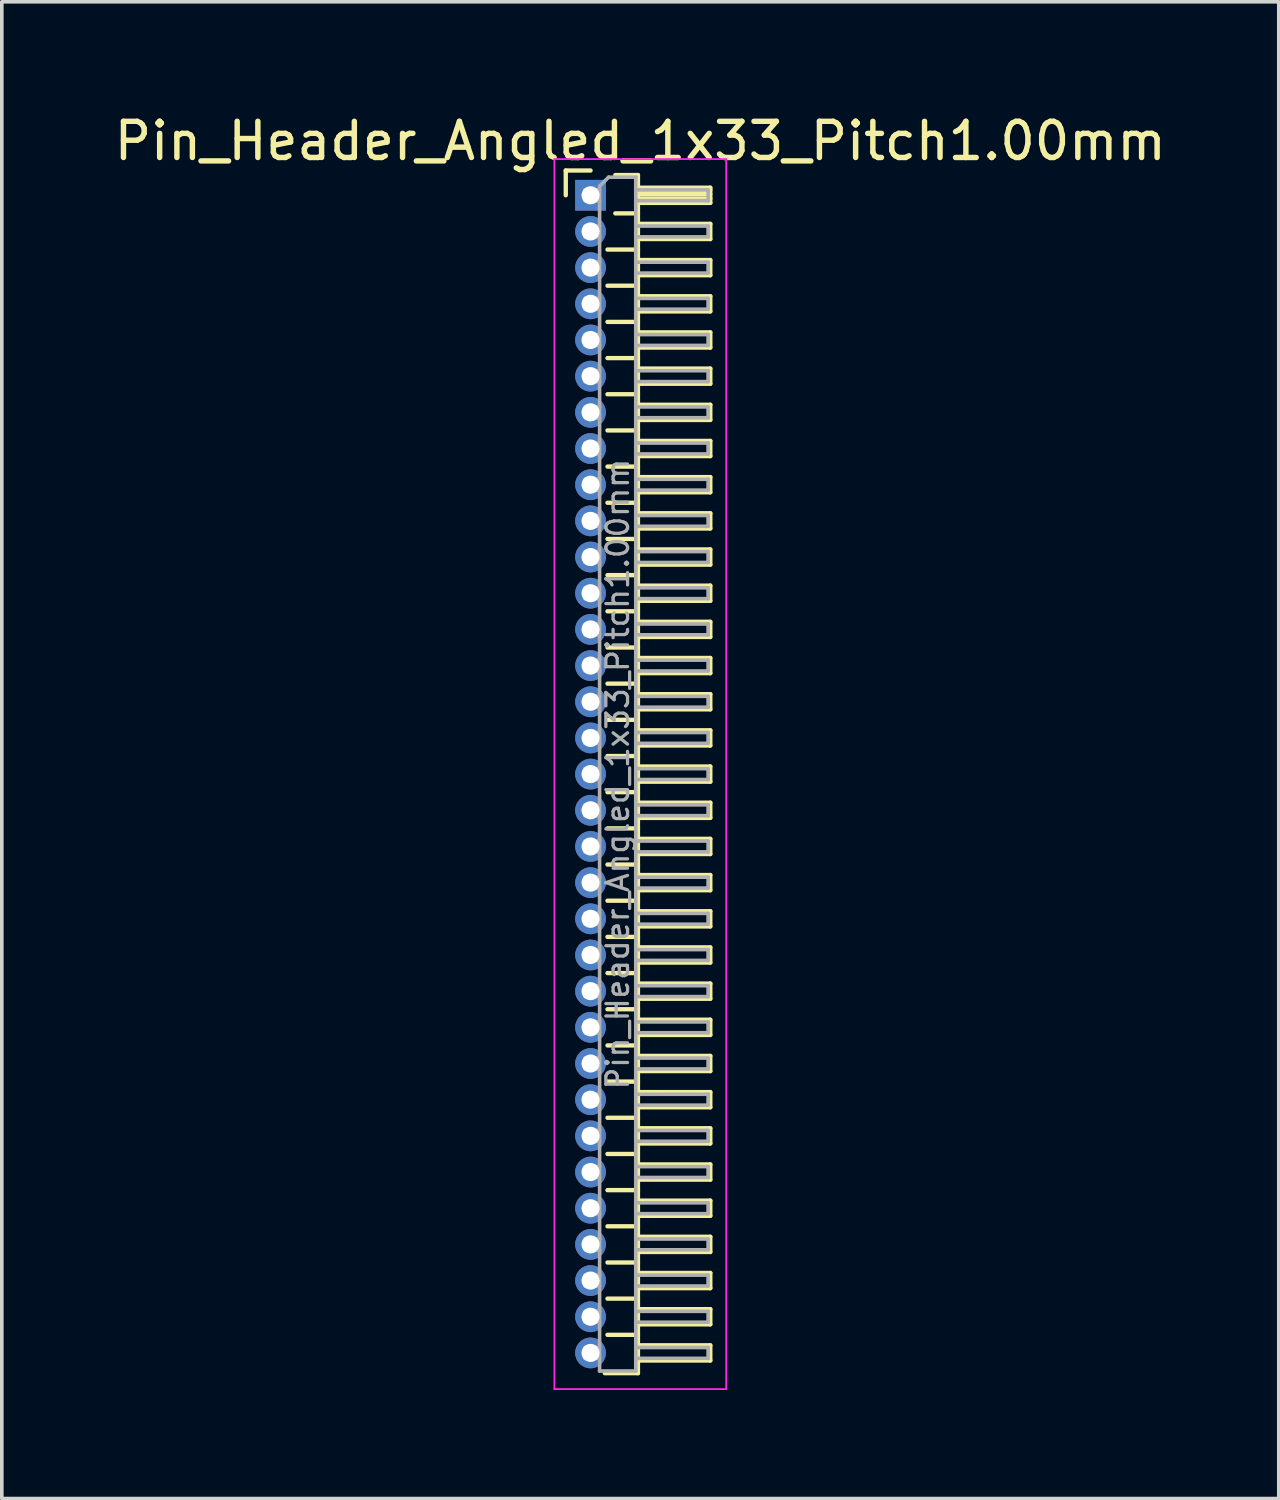
<source format=kicad_pcb>
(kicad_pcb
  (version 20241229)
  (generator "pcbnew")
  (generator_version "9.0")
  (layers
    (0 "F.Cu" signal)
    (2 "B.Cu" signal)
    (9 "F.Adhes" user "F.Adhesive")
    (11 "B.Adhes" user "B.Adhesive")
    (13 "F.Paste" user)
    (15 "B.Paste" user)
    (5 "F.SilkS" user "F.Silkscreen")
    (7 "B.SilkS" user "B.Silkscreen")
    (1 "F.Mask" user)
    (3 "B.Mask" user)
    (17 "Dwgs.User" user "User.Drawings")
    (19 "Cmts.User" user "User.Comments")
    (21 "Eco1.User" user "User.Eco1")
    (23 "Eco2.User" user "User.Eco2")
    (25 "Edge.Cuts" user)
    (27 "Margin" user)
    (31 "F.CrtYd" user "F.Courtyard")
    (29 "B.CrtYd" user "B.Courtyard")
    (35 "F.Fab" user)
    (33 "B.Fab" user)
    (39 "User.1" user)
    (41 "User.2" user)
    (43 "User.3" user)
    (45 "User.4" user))
  (footprint "Pin_Header_Angled_1x33_Pitch1.00mm"
    (layer "F.Cu")
    (at 13.274 2.348)
    (property "Reference" "Pin_Header_Angled_1x33_Pitch1.00mm" (at 1.375 -1.5 0) (layer "F.SilkS") (effects (font (size 1 1) (thickness 0.15))))
    (attr through_hole)
    (fp_line (start -0.685 -0.685) (end 0 -0.685) (stroke (width 0.12) (type solid)) (layer "F.SilkS"))
    (fp_line (start -0.685 0) (end -0.685 -0.685) (stroke (width 0.12) (type solid)) (layer "F.SilkS"))
    (fp_line (start 0.468 1.5) (end 1.31 1.5) (stroke (width 0.12) (type solid)) (layer "F.SilkS"))
    (fp_line (start 0.468 2.5) (end 1.31 2.5) (stroke (width 0.12) (type solid)) (layer "F.SilkS"))
    (fp_line (start 0.468 3.5) (end 1.31 3.5) (stroke (width 0.12) (type solid)) (layer "F.SilkS"))
    (fp_line (start 0.468 4.5) (end 1.31 4.5) (stroke (width 0.12) (type solid)) (layer "F.SilkS"))
    (fp_line (start 0.468 5.5) (end 1.31 5.5) (stroke (width 0.12) (type solid)) (layer "F.SilkS"))
    (fp_line (start 0.468 6.5) (end 1.31 6.5) (stroke (width 0.12) (type solid)) (layer "F.SilkS"))
    (fp_line (start 0.468 7.5) (end 1.31 7.5) (stroke (width 0.12) (type solid)) (layer "F.SilkS"))
    (fp_line (start 0.468 8.5) (end 1.31 8.5) (stroke (width 0.12) (type solid)) (layer "F.SilkS"))
    (fp_line (start 0.468 9.5) (end 1.31 9.5) (stroke (width 0.12) (type solid)) (layer "F.SilkS"))
    (fp_line (start 0.468 10.5) (end 1.31 10.5) (stroke (width 0.12) (type solid)) (layer "F.SilkS"))
    (fp_line (start 0.468 11.5) (end 1.31 11.5) (stroke (width 0.12) (type solid)) (layer "F.SilkS"))
    (fp_line (start 0.468 12.5) (end 1.31 12.5) (stroke (width 0.12) (type solid)) (layer "F.SilkS"))
    (fp_line (start 0.468 13.5) (end 1.31 13.5) (stroke (width 0.12) (type solid)) (layer "F.SilkS"))
    (fp_line (start 0.468 14.5) (end 1.31 14.5) (stroke (width 0.12) (type solid)) (layer "F.SilkS"))
    (fp_line (start 0.468 15.5) (end 1.31 15.5) (stroke (width 0.12) (type solid)) (layer "F.SilkS"))
    (fp_line (start 0.468 16.5) (end 1.31 16.5) (stroke (width 0.12) (type solid)) (layer "F.SilkS"))
    (fp_line (start 0.468 17.5) (end 1.31 17.5) (stroke (width 0.12) (type solid)) (layer "F.SilkS"))
    (fp_line (start 0.468 18.5) (end 1.31 18.5) (stroke (width 0.12) (type solid)) (layer "F.SilkS"))
    (fp_line (start 0.468 19.5) (end 1.31 19.5) (stroke (width 0.12) (type solid)) (layer "F.SilkS"))
    (fp_line (start 0.468 20.5) (end 1.31 20.5) (stroke (width 0.12) (type solid)) (layer "F.SilkS"))
    (fp_line (start 0.468 21.5) (end 1.31 21.5) (stroke (width 0.12) (type solid)) (layer "F.SilkS"))
    (fp_line (start 0.468 22.5) (end 1.31 22.5) (stroke (width 0.12) (type solid)) (layer "F.SilkS"))
    (fp_line (start 0.468 23.5) (end 1.31 23.5) (stroke (width 0.12) (type solid)) (layer "F.SilkS"))
    (fp_line (start 0.468 24.5) (end 1.31 24.5) (stroke (width 0.12) (type solid)) (layer "F.SilkS"))
    (fp_line (start 0.468 25.5) (end 1.31 25.5) (stroke (width 0.12) (type solid)) (layer "F.SilkS"))
    (fp_line (start 0.468 26.5) (end 1.31 26.5) (stroke (width 0.12) (type solid)) (layer "F.SilkS"))
    (fp_line (start 0.468 27.5) (end 1.31 27.5) (stroke (width 0.12) (type solid)) (layer "F.SilkS"))
    (fp_line (start 0.468 28.5) (end 1.31 28.5) (stroke (width 0.12) (type solid)) (layer "F.SilkS"))
    (fp_line (start 0.468 29.5) (end 1.31 29.5) (stroke (width 0.12) (type solid)) (layer "F.SilkS"))
    (fp_line (start 0.468 30.5) (end 1.31 30.5) (stroke (width 0.12) (type solid)) (layer "F.SilkS"))
    (fp_line (start 0.468 31.5) (end 1.31 31.5) (stroke (width 0.12) (type solid)) (layer "F.SilkS"))
    (fp_line (start 0.685 -0.56) (end 1.31 -0.56) (stroke (width 0.12) (type solid)) (layer "F.SilkS"))
    (fp_line (start 0.685 0.5) (end 1.31 0.5) (stroke (width 0.12) (type solid)) (layer "F.SilkS"))
    (fp_line (start 1.31 -0.56) (end 1.31 32.56) (stroke (width 0.12) (type solid)) (layer "F.SilkS"))
    (fp_line (start 1.31 -0.21) (end 3.31 -0.21) (stroke (width 0.12) (type solid)) (layer "F.SilkS"))
    (fp_line (start 1.31 -0.15) (end 3.31 -0.15) (stroke (width 0.12) (type solid)) (layer "F.SilkS"))
    (fp_line (start 1.31 -0.03) (end 3.31 -0.03) (stroke (width 0.12) (type solid)) (layer "F.SilkS"))
    (fp_line (start 1.31 0.09) (end 3.31 0.09) (stroke (width 0.12) (type solid)) (layer "F.SilkS"))
    (fp_line (start 1.31 0.79) (end 3.31 0.79) (stroke (width 0.12) (type solid)) (layer "F.SilkS"))
    (fp_line (start 1.31 1.79) (end 3.31 1.79) (stroke (width 0.12) (type solid)) (layer "F.SilkS"))
    (fp_line (start 1.31 2.79) (end 3.31 2.79) (stroke (width 0.12) (type solid)) (layer "F.SilkS"))
    (fp_line (start 1.31 3.79) (end 3.31 3.79) (stroke (width 0.12) (type solid)) (layer "F.SilkS"))
    (fp_line (start 1.31 4.79) (end 3.31 4.79) (stroke (width 0.12) (type solid)) (layer "F.SilkS"))
    (fp_line (start 1.31 5.79) (end 3.31 5.79) (stroke (width 0.12) (type solid)) (layer "F.SilkS"))
    (fp_line (start 1.31 6.79) (end 3.31 6.79) (stroke (width 0.12) (type solid)) (layer "F.SilkS"))
    (fp_line (start 1.31 7.79) (end 3.31 7.79) (stroke (width 0.12) (type solid)) (layer "F.SilkS"))
    (fp_line (start 1.31 8.79) (end 3.31 8.79) (stroke (width 0.12) (type solid)) (layer "F.SilkS"))
    (fp_line (start 1.31 9.79) (end 3.31 9.79) (stroke (width 0.12) (type solid)) (layer "F.SilkS"))
    (fp_line (start 1.31 10.79) (end 3.31 10.79) (stroke (width 0.12) (type solid)) (layer "F.SilkS"))
    (fp_line (start 1.31 11.79) (end 3.31 11.79) (stroke (width 0.12) (type solid)) (layer "F.SilkS"))
    (fp_line (start 1.31 12.79) (end 3.31 12.79) (stroke (width 0.12) (type solid)) (layer "F.SilkS"))
    (fp_line (start 1.31 13.79) (end 3.31 13.79) (stroke (width 0.12) (type solid)) (layer "F.SilkS"))
    (fp_line (start 1.31 14.79) (end 3.31 14.79) (stroke (width 0.12) (type solid)) (layer "F.SilkS"))
    (fp_line (start 1.31 15.79) (end 3.31 15.79) (stroke (width 0.12) (type solid)) (layer "F.SilkS"))
    (fp_line (start 1.31 16.79) (end 3.31 16.79) (stroke (width 0.12) (type solid)) (layer "F.SilkS"))
    (fp_line (start 1.31 17.79) (end 3.31 17.79) (stroke (width 0.12) (type solid)) (layer "F.SilkS"))
    (fp_line (start 1.31 18.79) (end 3.31 18.79) (stroke (width 0.12) (type solid)) (layer "F.SilkS"))
    (fp_line (start 1.31 19.79) (end 3.31 19.79) (stroke (width 0.12) (type solid)) (layer "F.SilkS"))
    (fp_line (start 1.31 20.79) (end 3.31 20.79) (stroke (width 0.12) (type solid)) (layer "F.SilkS"))
    (fp_line (start 1.31 21.79) (end 3.31 21.79) (stroke (width 0.12) (type solid)) (layer "F.SilkS"))
    (fp_line (start 1.31 22.79) (end 3.31 22.79) (stroke (width 0.12) (type solid)) (layer "F.SilkS"))
    (fp_line (start 1.31 23.79) (end 3.31 23.79) (stroke (width 0.12) (type solid)) (layer "F.SilkS"))
    (fp_line (start 1.31 24.79) (end 3.31 24.79) (stroke (width 0.12) (type solid)) (layer "F.SilkS"))
    (fp_line (start 1.31 25.79) (end 3.31 25.79) (stroke (width 0.12) (type solid)) (layer "F.SilkS"))
    (fp_line (start 1.31 26.79) (end 3.31 26.79) (stroke (width 0.12) (type solid)) (layer "F.SilkS"))
    (fp_line (start 1.31 27.79) (end 3.31 27.79) (stroke (width 0.12) (type solid)) (layer "F.SilkS"))
    (fp_line (start 1.31 28.79) (end 3.31 28.79) (stroke (width 0.12) (type solid)) (layer "F.SilkS"))
    (fp_line (start 1.31 29.79) (end 3.31 29.79) (stroke (width 0.12) (type solid)) (layer "F.SilkS"))
    (fp_line (start 1.31 30.79) (end 3.31 30.79) (stroke (width 0.12) (type solid)) (layer "F.SilkS"))
    (fp_line (start 1.31 31.79) (end 3.31 31.79) (stroke (width 0.12) (type solid)) (layer "F.SilkS"))
    (fp_line (start 1.31 32.56) (end 0.394 32.56) (stroke (width 0.12) (type solid)) (layer "F.SilkS"))
    (fp_line (start 3.31 -0.21) (end 3.31 0.21) (stroke (width 0.12) (type solid)) (layer "F.SilkS"))
    (fp_line (start 3.31 0.21) (end 1.31 0.21) (stroke (width 0.12) (type solid)) (layer "F.SilkS"))
    (fp_line (start 3.31 0.79) (end 3.31 1.21) (stroke (width 0.12) (type solid)) (layer "F.SilkS"))
    (fp_line (start 3.31 1.21) (end 1.31 1.21) (stroke (width 0.12) (type solid)) (layer "F.SilkS"))
    (fp_line (start 3.31 1.79) (end 3.31 2.21) (stroke (width 0.12) (type solid)) (layer "F.SilkS"))
    (fp_line (start 3.31 2.21) (end 1.31 2.21) (stroke (width 0.12) (type solid)) (layer "F.SilkS"))
    (fp_line (start 3.31 2.79) (end 3.31 3.21) (stroke (width 0.12) (type solid)) (layer "F.SilkS"))
    (fp_line (start 3.31 3.21) (end 1.31 3.21) (stroke (width 0.12) (type solid)) (layer "F.SilkS"))
    (fp_line (start 3.31 3.79) (end 3.31 4.21) (stroke (width 0.12) (type solid)) (layer "F.SilkS"))
    (fp_line (start 3.31 4.21) (end 1.31 4.21) (stroke (width 0.12) (type solid)) (layer "F.SilkS"))
    (fp_line (start 3.31 4.79) (end 3.31 5.21) (stroke (width 0.12) (type solid)) (layer "F.SilkS"))
    (fp_line (start 3.31 5.21) (end 1.31 5.21) (stroke (width 0.12) (type solid)) (layer "F.SilkS"))
    (fp_line (start 3.31 5.79) (end 3.31 6.21) (stroke (width 0.12) (type solid)) (layer "F.SilkS"))
    (fp_line (start 3.31 6.21) (end 1.31 6.21) (stroke (width 0.12) (type solid)) (layer "F.SilkS"))
    (fp_line (start 3.31 6.79) (end 3.31 7.21) (stroke (width 0.12) (type solid)) (layer "F.SilkS"))
    (fp_line (start 3.31 7.21) (end 1.31 7.21) (stroke (width 0.12) (type solid)) (layer "F.SilkS"))
    (fp_line (start 3.31 7.79) (end 3.31 8.21) (stroke (width 0.12) (type solid)) (layer "F.SilkS"))
    (fp_line (start 3.31 8.21) (end 1.31 8.21) (stroke (width 0.12) (type solid)) (layer "F.SilkS"))
    (fp_line (start 3.31 8.79) (end 3.31 9.21) (stroke (width 0.12) (type solid)) (layer "F.SilkS"))
    (fp_line (start 3.31 9.21) (end 1.31 9.21) (stroke (width 0.12) (type solid)) (layer "F.SilkS"))
    (fp_line (start 3.31 9.79) (end 3.31 10.21) (stroke (width 0.12) (type solid)) (layer "F.SilkS"))
    (fp_line (start 3.31 10.21) (end 1.31 10.21) (stroke (width 0.12) (type solid)) (layer "F.SilkS"))
    (fp_line (start 3.31 10.79) (end 3.31 11.21) (stroke (width 0.12) (type solid)) (layer "F.SilkS"))
    (fp_line (start 3.31 11.21) (end 1.31 11.21) (stroke (width 0.12) (type solid)) (layer "F.SilkS"))
    (fp_line (start 3.31 11.79) (end 3.31 12.21) (stroke (width 0.12) (type solid)) (layer "F.SilkS"))
    (fp_line (start 3.31 12.21) (end 1.31 12.21) (stroke (width 0.12) (type solid)) (layer "F.SilkS"))
    (fp_line (start 3.31 12.79) (end 3.31 13.21) (stroke (width 0.12) (type solid)) (layer "F.SilkS"))
    (fp_line (start 3.31 13.21) (end 1.31 13.21) (stroke (width 0.12) (type solid)) (layer "F.SilkS"))
    (fp_line (start 3.31 13.79) (end 3.31 14.21) (stroke (width 0.12) (type solid)) (layer "F.SilkS"))
    (fp_line (start 3.31 14.21) (end 1.31 14.21) (stroke (width 0.12) (type solid)) (layer "F.SilkS"))
    (fp_line (start 3.31 14.79) (end 3.31 15.21) (stroke (width 0.12) (type solid)) (layer "F.SilkS"))
    (fp_line (start 3.31 15.21) (end 1.31 15.21) (stroke (width 0.12) (type solid)) (layer "F.SilkS"))
    (fp_line (start 3.31 15.79) (end 3.31 16.21) (stroke (width 0.12) (type solid)) (layer "F.SilkS"))
    (fp_line (start 3.31 16.21) (end 1.31 16.21) (stroke (width 0.12) (type solid)) (layer "F.SilkS"))
    (fp_line (start 3.31 16.79) (end 3.31 17.21) (stroke (width 0.12) (type solid)) (layer "F.SilkS"))
    (fp_line (start 3.31 17.21) (end 1.31 17.21) (stroke (width 0.12) (type solid)) (layer "F.SilkS"))
    (fp_line (start 3.31 17.79) (end 3.31 18.21) (stroke (width 0.12) (type solid)) (layer "F.SilkS"))
    (fp_line (start 3.31 18.21) (end 1.31 18.21) (stroke (width 0.12) (type solid)) (layer "F.SilkS"))
    (fp_line (start 3.31 18.79) (end 3.31 19.21) (stroke (width 0.12) (type solid)) (layer "F.SilkS"))
    (fp_line (start 3.31 19.21) (end 1.31 19.21) (stroke (width 0.12) (type solid)) (layer "F.SilkS"))
    (fp_line (start 3.31 19.79) (end 3.31 20.21) (stroke (width 0.12) (type solid)) (layer "F.SilkS"))
    (fp_line (start 3.31 20.21) (end 1.31 20.21) (stroke (width 0.12) (type solid)) (layer "F.SilkS"))
    (fp_line (start 3.31 20.79) (end 3.31 21.21) (stroke (width 0.12) (type solid)) (layer "F.SilkS"))
    (fp_line (start 3.31 21.21) (end 1.31 21.21) (stroke (width 0.12) (type solid)) (layer "F.SilkS"))
    (fp_line (start 3.31 21.79) (end 3.31 22.21) (stroke (width 0.12) (type solid)) (layer "F.SilkS"))
    (fp_line (start 3.31 22.21) (end 1.31 22.21) (stroke (width 0.12) (type solid)) (layer "F.SilkS"))
    (fp_line (start 3.31 22.79) (end 3.31 23.21) (stroke (width 0.12) (type solid)) (layer "F.SilkS"))
    (fp_line (start 3.31 23.21) (end 1.31 23.21) (stroke (width 0.12) (type solid)) (layer "F.SilkS"))
    (fp_line (start 3.31 23.79) (end 3.31 24.21) (stroke (width 0.12) (type solid)) (layer "F.SilkS"))
    (fp_line (start 3.31 24.21) (end 1.31 24.21) (stroke (width 0.12) (type solid)) (layer "F.SilkS"))
    (fp_line (start 3.31 24.79) (end 3.31 25.21) (stroke (width 0.12) (type solid)) (layer "F.SilkS"))
    (fp_line (start 3.31 25.21) (end 1.31 25.21) (stroke (width 0.12) (type solid)) (layer "F.SilkS"))
    (fp_line (start 3.31 25.79) (end 3.31 26.21) (stroke (width 0.12) (type solid)) (layer "F.SilkS"))
    (fp_line (start 3.31 26.21) (end 1.31 26.21) (stroke (width 0.12) (type solid)) (layer "F.SilkS"))
    (fp_line (start 3.31 26.79) (end 3.31 27.21) (stroke (width 0.12) (type solid)) (layer "F.SilkS"))
    (fp_line (start 3.31 27.21) (end 1.31 27.21) (stroke (width 0.12) (type solid)) (layer "F.SilkS"))
    (fp_line (start 3.31 27.79) (end 3.31 28.21) (stroke (width 0.12) (type solid)) (layer "F.SilkS"))
    (fp_line (start 3.31 28.21) (end 1.31 28.21) (stroke (width 0.12) (type solid)) (layer "F.SilkS"))
    (fp_line (start 3.31 28.79) (end 3.31 29.21) (stroke (width 0.12) (type solid)) (layer "F.SilkS"))
    (fp_line (start 3.31 29.21) (end 1.31 29.21) (stroke (width 0.12) (type solid)) (layer "F.SilkS"))
    (fp_line (start 3.31 29.79) (end 3.31 30.21) (stroke (width 0.12) (type solid)) (layer "F.SilkS"))
    (fp_line (start 3.31 30.21) (end 1.31 30.21) (stroke (width 0.12) (type solid)) (layer "F.SilkS"))
    (fp_line (start 3.31 30.79) (end 3.31 31.21) (stroke (width 0.12) (type solid)) (layer "F.SilkS"))
    (fp_line (start 3.31 31.21) (end 1.31 31.21) (stroke (width 0.12) (type solid)) (layer "F.SilkS"))
    (fp_line (start 3.31 31.79) (end 3.31 32.21) (stroke (width 0.12) (type solid)) (layer "F.SilkS"))
    (fp_line (start 3.31 32.21) (end 1.31 32.21) (stroke (width 0.12) (type solid)) (layer "F.SilkS"))
    (fp_line (start -1 -1) (end -1 33) (stroke (width 0.05) (type solid)) (layer "F.CrtYd"))
    (fp_line (start -1 33) (end 3.75 33) (stroke (width 0.05) (type solid)) (layer "F.CrtYd"))
    (fp_line (start 3.75 -1) (end -1 -1) (stroke (width 0.05) (type solid)) (layer "F.CrtYd"))
    (fp_line (start 3.75 33) (end 3.75 -1) (stroke (width 0.05) (type solid)) (layer "F.CrtYd"))
    (fp_line (start -0.15 -0.15) (end -0.15 0.15) (stroke (width 0.1) (type solid)) (layer "F.Fab"))
    (fp_line (start -0.15 -0.15) (end 0.25 -0.15) (stroke (width 0.1) (type solid)) (layer "F.Fab"))
    (fp_line (start -0.15 0.15) (end 0.25 0.15) (stroke (width 0.1) (type solid)) (layer "F.Fab"))
    (fp_line (start -0.15 0.85) (end -0.15 1.15) (stroke (width 0.1) (type solid)) (layer "F.Fab"))
    (fp_line (start -0.15 0.85) (end 0.25 0.85) (stroke (width 0.1) (type solid)) (layer "F.Fab"))
    (fp_line (start -0.15 1.15) (end 0.25 1.15) (stroke (width 0.1) (type solid)) (layer "F.Fab"))
    (fp_line (start -0.15 1.85) (end -0.15 2.15) (stroke (width 0.1) (type solid)) (layer "F.Fab"))
    (fp_line (start -0.15 1.85) (end 0.25 1.85) (stroke (width 0.1) (type solid)) (layer "F.Fab"))
    (fp_line (start -0.15 2.15) (end 0.25 2.15) (stroke (width 0.1) (type solid)) (layer "F.Fab"))
    (fp_line (start -0.15 2.85) (end -0.15 3.15) (stroke (width 0.1) (type solid)) (layer "F.Fab"))
    (fp_line (start -0.15 2.85) (end 0.25 2.85) (stroke (width 0.1) (type solid)) (layer "F.Fab"))
    (fp_line (start -0.15 3.15) (end 0.25 3.15) (stroke (width 0.1) (type solid)) (layer "F.Fab"))
    (fp_line (start -0.15 3.85) (end -0.15 4.15) (stroke (width 0.1) (type solid)) (layer "F.Fab"))
    (fp_line (start -0.15 3.85) (end 0.25 3.85) (stroke (width 0.1) (type solid)) (layer "F.Fab"))
    (fp_line (start -0.15 4.15) (end 0.25 4.15) (stroke (width 0.1) (type solid)) (layer "F.Fab"))
    (fp_line (start -0.15 4.85) (end -0.15 5.15) (stroke (width 0.1) (type solid)) (layer "F.Fab"))
    (fp_line (start -0.15 4.85) (end 0.25 4.85) (stroke (width 0.1) (type solid)) (layer "F.Fab"))
    (fp_line (start -0.15 5.15) (end 0.25 5.15) (stroke (width 0.1) (type solid)) (layer "F.Fab"))
    (fp_line (start -0.15 5.85) (end -0.15 6.15) (stroke (width 0.1) (type solid)) (layer "F.Fab"))
    (fp_line (start -0.15 5.85) (end 0.25 5.85) (stroke (width 0.1) (type solid)) (layer "F.Fab"))
    (fp_line (start -0.15 6.15) (end 0.25 6.15) (stroke (width 0.1) (type solid)) (layer "F.Fab"))
    (fp_line (start -0.15 6.85) (end -0.15 7.15) (stroke (width 0.1) (type solid)) (layer "F.Fab"))
    (fp_line (start -0.15 6.85) (end 0.25 6.85) (stroke (width 0.1) (type solid)) (layer "F.Fab"))
    (fp_line (start -0.15 7.15) (end 0.25 7.15) (stroke (width 0.1) (type solid)) (layer "F.Fab"))
    (fp_line (start -0.15 7.85) (end -0.15 8.15) (stroke (width 0.1) (type solid)) (layer "F.Fab"))
    (fp_line (start -0.15 7.85) (end 0.25 7.85) (stroke (width 0.1) (type solid)) (layer "F.Fab"))
    (fp_line (start -0.15 8.15) (end 0.25 8.15) (stroke (width 0.1) (type solid)) (layer "F.Fab"))
    (fp_line (start -0.15 8.85) (end -0.15 9.15) (stroke (width 0.1) (type solid)) (layer "F.Fab"))
    (fp_line (start -0.15 8.85) (end 0.25 8.85) (stroke (width 0.1) (type solid)) (layer "F.Fab"))
    (fp_line (start -0.15 9.15) (end 0.25 9.15) (stroke (width 0.1) (type solid)) (layer "F.Fab"))
    (fp_line (start -0.15 9.85) (end -0.15 10.15) (stroke (width 0.1) (type solid)) (layer "F.Fab"))
    (fp_line (start -0.15 9.85) (end 0.25 9.85) (stroke (width 0.1) (type solid)) (layer "F.Fab"))
    (fp_line (start -0.15 10.15) (end 0.25 10.15) (stroke (width 0.1) (type solid)) (layer "F.Fab"))
    (fp_line (start -0.15 10.85) (end -0.15 11.15) (stroke (width 0.1) (type solid)) (layer "F.Fab"))
    (fp_line (start -0.15 10.85) (end 0.25 10.85) (stroke (width 0.1) (type solid)) (layer "F.Fab"))
    (fp_line (start -0.15 11.15) (end 0.25 11.15) (stroke (width 0.1) (type solid)) (layer "F.Fab"))
    (fp_line (start -0.15 11.85) (end -0.15 12.15) (stroke (width 0.1) (type solid)) (layer "F.Fab"))
    (fp_line (start -0.15 11.85) (end 0.25 11.85) (stroke (width 0.1) (type solid)) (layer "F.Fab"))
    (fp_line (start -0.15 12.15) (end 0.25 12.15) (stroke (width 0.1) (type solid)) (layer "F.Fab"))
    (fp_line (start -0.15 12.85) (end -0.15 13.15) (stroke (width 0.1) (type solid)) (layer "F.Fab"))
    (fp_line (start -0.15 12.85) (end 0.25 12.85) (stroke (width 0.1) (type solid)) (layer "F.Fab"))
    (fp_line (start -0.15 13.15) (end 0.25 13.15) (stroke (width 0.1) (type solid)) (layer "F.Fab"))
    (fp_line (start -0.15 13.85) (end -0.15 14.15) (stroke (width 0.1) (type solid)) (layer "F.Fab"))
    (fp_line (start -0.15 13.85) (end 0.25 13.85) (stroke (width 0.1) (type solid)) (layer "F.Fab"))
    (fp_line (start -0.15 14.15) (end 0.25 14.15) (stroke (width 0.1) (type solid)) (layer "F.Fab"))
    (fp_line (start -0.15 14.85) (end -0.15 15.15) (stroke (width 0.1) (type solid)) (layer "F.Fab"))
    (fp_line (start -0.15 14.85) (end 0.25 14.85) (stroke (width 0.1) (type solid)) (layer "F.Fab"))
    (fp_line (start -0.15 15.15) (end 0.25 15.15) (stroke (width 0.1) (type solid)) (layer "F.Fab"))
    (fp_line (start -0.15 15.85) (end -0.15 16.15) (stroke (width 0.1) (type solid)) (layer "F.Fab"))
    (fp_line (start -0.15 15.85) (end 0.25 15.85) (stroke (width 0.1) (type solid)) (layer "F.Fab"))
    (fp_line (start -0.15 16.15) (end 0.25 16.15) (stroke (width 0.1) (type solid)) (layer "F.Fab"))
    (fp_line (start -0.15 16.85) (end -0.15 17.15) (stroke (width 0.1) (type solid)) (layer "F.Fab"))
    (fp_line (start -0.15 16.85) (end 0.25 16.85) (stroke (width 0.1) (type solid)) (layer "F.Fab"))
    (fp_line (start -0.15 17.15) (end 0.25 17.15) (stroke (width 0.1) (type solid)) (layer "F.Fab"))
    (fp_line (start -0.15 17.85) (end -0.15 18.15) (stroke (width 0.1) (type solid)) (layer "F.Fab"))
    (fp_line (start -0.15 17.85) (end 0.25 17.85) (stroke (width 0.1) (type solid)) (layer "F.Fab"))
    (fp_line (start -0.15 18.15) (end 0.25 18.15) (stroke (width 0.1) (type solid)) (layer "F.Fab"))
    (fp_line (start -0.15 18.85) (end -0.15 19.15) (stroke (width 0.1) (type solid)) (layer "F.Fab"))
    (fp_line (start -0.15 18.85) (end 0.25 18.85) (stroke (width 0.1) (type solid)) (layer "F.Fab"))
    (fp_line (start -0.15 19.15) (end 0.25 19.15) (stroke (width 0.1) (type solid)) (layer "F.Fab"))
    (fp_line (start -0.15 19.85) (end -0.15 20.15) (stroke (width 0.1) (type solid)) (layer "F.Fab"))
    (fp_line (start -0.15 19.85) (end 0.25 19.85) (stroke (width 0.1) (type solid)) (layer "F.Fab"))
    (fp_line (start -0.15 20.15) (end 0.25 20.15) (stroke (width 0.1) (type solid)) (layer "F.Fab"))
    (fp_line (start -0.15 20.85) (end -0.15 21.15) (stroke (width 0.1) (type solid)) (layer "F.Fab"))
    (fp_line (start -0.15 20.85) (end 0.25 20.85) (stroke (width 0.1) (type solid)) (layer "F.Fab"))
    (fp_line (start -0.15 21.15) (end 0.25 21.15) (stroke (width 0.1) (type solid)) (layer "F.Fab"))
    (fp_line (start -0.15 21.85) (end -0.15 22.15) (stroke (width 0.1) (type solid)) (layer "F.Fab"))
    (fp_line (start -0.15 21.85) (end 0.25 21.85) (stroke (width 0.1) (type solid)) (layer "F.Fab"))
    (fp_line (start -0.15 22.15) (end 0.25 22.15) (stroke (width 0.1) (type solid)) (layer "F.Fab"))
    (fp_line (start -0.15 22.85) (end -0.15 23.15) (stroke (width 0.1) (type solid)) (layer "F.Fab"))
    (fp_line (start -0.15 22.85) (end 0.25 22.85) (stroke (width 0.1) (type solid)) (layer "F.Fab"))
    (fp_line (start -0.15 23.15) (end 0.25 23.15) (stroke (width 0.1) (type solid)) (layer "F.Fab"))
    (fp_line (start -0.15 23.85) (end -0.15 24.15) (stroke (width 0.1) (type solid)) (layer "F.Fab"))
    (fp_line (start -0.15 23.85) (end 0.25 23.85) (stroke (width 0.1) (type solid)) (layer "F.Fab"))
    (fp_line (start -0.15 24.15) (end 0.25 24.15) (stroke (width 0.1) (type solid)) (layer "F.Fab"))
    (fp_line (start -0.15 24.85) (end -0.15 25.15) (stroke (width 0.1) (type solid)) (layer "F.Fab"))
    (fp_line (start -0.15 24.85) (end 0.25 24.85) (stroke (width 0.1) (type solid)) (layer "F.Fab"))
    (fp_line (start -0.15 25.15) (end 0.25 25.15) (stroke (width 0.1) (type solid)) (layer "F.Fab"))
    (fp_line (start -0.15 25.85) (end -0.15 26.15) (stroke (width 0.1) (type solid)) (layer "F.Fab"))
    (fp_line (start -0.15 25.85) (end 0.25 25.85) (stroke (width 0.1) (type solid)) (layer "F.Fab"))
    (fp_line (start -0.15 26.15) (end 0.25 26.15) (stroke (width 0.1) (type solid)) (layer "F.Fab"))
    (fp_line (start -0.15 26.85) (end -0.15 27.15) (stroke (width 0.1) (type solid)) (layer "F.Fab"))
    (fp_line (start -0.15 26.85) (end 0.25 26.85) (stroke (width 0.1) (type solid)) (layer "F.Fab"))
    (fp_line (start -0.15 27.15) (end 0.25 27.15) (stroke (width 0.1) (type solid)) (layer "F.Fab"))
    (fp_line (start -0.15 27.85) (end -0.15 28.15) (stroke (width 0.1) (type solid)) (layer "F.Fab"))
    (fp_line (start -0.15 27.85) (end 0.25 27.85) (stroke (width 0.1) (type solid)) (layer "F.Fab"))
    (fp_line (start -0.15 28.15) (end 0.25 28.15) (stroke (width 0.1) (type solid)) (layer "F.Fab"))
    (fp_line (start -0.15 28.85) (end -0.15 29.15) (stroke (width 0.1) (type solid)) (layer "F.Fab"))
    (fp_line (start -0.15 28.85) (end 0.25 28.85) (stroke (width 0.1) (type solid)) (layer "F.Fab"))
    (fp_line (start -0.15 29.15) (end 0.25 29.15) (stroke (width 0.1) (type solid)) (layer "F.Fab"))
    (fp_line (start -0.15 29.85) (end -0.15 30.15) (stroke (width 0.1) (type solid)) (layer "F.Fab"))
    (fp_line (start -0.15 29.85) (end 0.25 29.85) (stroke (width 0.1) (type solid)) (layer "F.Fab"))
    (fp_line (start -0.15 30.15) (end 0.25 30.15) (stroke (width 0.1) (type solid)) (layer "F.Fab"))
    (fp_line (start -0.15 30.85) (end -0.15 31.15) (stroke (width 0.1) (type solid)) (layer "F.Fab"))
    (fp_line (start -0.15 30.85) (end 0.25 30.85) (stroke (width 0.1) (type solid)) (layer "F.Fab"))
    (fp_line (start -0.15 31.15) (end 0.25 31.15) (stroke (width 0.1) (type solid)) (layer "F.Fab"))
    (fp_line (start -0.15 31.85) (end -0.15 32.15) (stroke (width 0.1) (type solid)) (layer "F.Fab"))
    (fp_line (start -0.15 31.85) (end 0.25 31.85) (stroke (width 0.1) (type solid)) (layer "F.Fab"))
    (fp_line (start -0.15 32.15) (end 0.25 32.15) (stroke (width 0.1) (type solid)) (layer "F.Fab"))
    (fp_line (start 0.25 -0.25) (end 0.5 -0.5) (stroke (width 0.1) (type solid)) (layer "F.Fab"))
    (fp_line (start 0.25 32.5) (end 0.25 -0.25) (stroke (width 0.1) (type solid)) (layer "F.Fab"))
    (fp_line (start 0.5 -0.5) (end 1.25 -0.5) (stroke (width 0.1) (type solid)) (layer "F.Fab"))
    (fp_line (start 1.25 -0.5) (end 1.25 32.5) (stroke (width 0.1) (type solid)) (layer "F.Fab"))
    (fp_line (start 1.25 -0.15) (end 3.25 -0.15) (stroke (width 0.1) (type solid)) (layer "F.Fab"))
    (fp_line (start 1.25 0.15) (end 3.25 0.15) (stroke (width 0.1) (type solid)) (layer "F.Fab"))
    (fp_line (start 1.25 0.85) (end 3.25 0.85) (stroke (width 0.1) (type solid)) (layer "F.Fab"))
    (fp_line (start 1.25 1.15) (end 3.25 1.15) (stroke (width 0.1) (type solid)) (layer "F.Fab"))
    (fp_line (start 1.25 1.85) (end 3.25 1.85) (stroke (width 0.1) (type solid)) (layer "F.Fab"))
    (fp_line (start 1.25 2.15) (end 3.25 2.15) (stroke (width 0.1) (type solid)) (layer "F.Fab"))
    (fp_line (start 1.25 2.85) (end 3.25 2.85) (stroke (width 0.1) (type solid)) (layer "F.Fab"))
    (fp_line (start 1.25 3.15) (end 3.25 3.15) (stroke (width 0.1) (type solid)) (layer "F.Fab"))
    (fp_line (start 1.25 3.85) (end 3.25 3.85) (stroke (width 0.1) (type solid)) (layer "F.Fab"))
    (fp_line (start 1.25 4.15) (end 3.25 4.15) (stroke (width 0.1) (type solid)) (layer "F.Fab"))
    (fp_line (start 1.25 4.85) (end 3.25 4.85) (stroke (width 0.1) (type solid)) (layer "F.Fab"))
    (fp_line (start 1.25 5.15) (end 3.25 5.15) (stroke (width 0.1) (type solid)) (layer "F.Fab"))
    (fp_line (start 1.25 5.85) (end 3.25 5.85) (stroke (width 0.1) (type solid)) (layer "F.Fab"))
    (fp_line (start 1.25 6.15) (end 3.25 6.15) (stroke (width 0.1) (type solid)) (layer "F.Fab"))
    (fp_line (start 1.25 6.85) (end 3.25 6.85) (stroke (width 0.1) (type solid)) (layer "F.Fab"))
    (fp_line (start 1.25 7.15) (end 3.25 7.15) (stroke (width 0.1) (type solid)) (layer "F.Fab"))
    (fp_line (start 1.25 7.85) (end 3.25 7.85) (stroke (width 0.1) (type solid)) (layer "F.Fab"))
    (fp_line (start 1.25 8.15) (end 3.25 8.15) (stroke (width 0.1) (type solid)) (layer "F.Fab"))
    (fp_line (start 1.25 8.85) (end 3.25 8.85) (stroke (width 0.1) (type solid)) (layer "F.Fab"))
    (fp_line (start 1.25 9.15) (end 3.25 9.15) (stroke (width 0.1) (type solid)) (layer "F.Fab"))
    (fp_line (start 1.25 9.85) (end 3.25 9.85) (stroke (width 0.1) (type solid)) (layer "F.Fab"))
    (fp_line (start 1.25 10.15) (end 3.25 10.15) (stroke (width 0.1) (type solid)) (layer "F.Fab"))
    (fp_line (start 1.25 10.85) (end 3.25 10.85) (stroke (width 0.1) (type solid)) (layer "F.Fab"))
    (fp_line (start 1.25 11.15) (end 3.25 11.15) (stroke (width 0.1) (type solid)) (layer "F.Fab"))
    (fp_line (start 1.25 11.85) (end 3.25 11.85) (stroke (width 0.1) (type solid)) (layer "F.Fab"))
    (fp_line (start 1.25 12.15) (end 3.25 12.15) (stroke (width 0.1) (type solid)) (layer "F.Fab"))
    (fp_line (start 1.25 12.85) (end 3.25 12.85) (stroke (width 0.1) (type solid)) (layer "F.Fab"))
    (fp_line (start 1.25 13.15) (end 3.25 13.15) (stroke (width 0.1) (type solid)) (layer "F.Fab"))
    (fp_line (start 1.25 13.85) (end 3.25 13.85) (stroke (width 0.1) (type solid)) (layer "F.Fab"))
    (fp_line (start 1.25 14.15) (end 3.25 14.15) (stroke (width 0.1) (type solid)) (layer "F.Fab"))
    (fp_line (start 1.25 14.85) (end 3.25 14.85) (stroke (width 0.1) (type solid)) (layer "F.Fab"))
    (fp_line (start 1.25 15.15) (end 3.25 15.15) (stroke (width 0.1) (type solid)) (layer "F.Fab"))
    (fp_line (start 1.25 15.85) (end 3.25 15.85) (stroke (width 0.1) (type solid)) (layer "F.Fab"))
    (fp_line (start 1.25 16.15) (end 3.25 16.15) (stroke (width 0.1) (type solid)) (layer "F.Fab"))
    (fp_line (start 1.25 16.85) (end 3.25 16.85) (stroke (width 0.1) (type solid)) (layer "F.Fab"))
    (fp_line (start 1.25 17.15) (end 3.25 17.15) (stroke (width 0.1) (type solid)) (layer "F.Fab"))
    (fp_line (start 1.25 17.85) (end 3.25 17.85) (stroke (width 0.1) (type solid)) (layer "F.Fab"))
    (fp_line (start 1.25 18.15) (end 3.25 18.15) (stroke (width 0.1) (type solid)) (layer "F.Fab"))
    (fp_line (start 1.25 18.85) (end 3.25 18.85) (stroke (width 0.1) (type solid)) (layer "F.Fab"))
    (fp_line (start 1.25 19.15) (end 3.25 19.15) (stroke (width 0.1) (type solid)) (layer "F.Fab"))
    (fp_line (start 1.25 19.85) (end 3.25 19.85) (stroke (width 0.1) (type solid)) (layer "F.Fab"))
    (fp_line (start 1.25 20.15) (end 3.25 20.15) (stroke (width 0.1) (type solid)) (layer "F.Fab"))
    (fp_line (start 1.25 20.85) (end 3.25 20.85) (stroke (width 0.1) (type solid)) (layer "F.Fab"))
    (fp_line (start 1.25 21.15) (end 3.25 21.15) (stroke (width 0.1) (type solid)) (layer "F.Fab"))
    (fp_line (start 1.25 21.85) (end 3.25 21.85) (stroke (width 0.1) (type solid)) (layer "F.Fab"))
    (fp_line (start 1.25 22.15) (end 3.25 22.15) (stroke (width 0.1) (type solid)) (layer "F.Fab"))
    (fp_line (start 1.25 22.85) (end 3.25 22.85) (stroke (width 0.1) (type solid)) (layer "F.Fab"))
    (fp_line (start 1.25 23.15) (end 3.25 23.15) (stroke (width 0.1) (type solid)) (layer "F.Fab"))
    (fp_line (start 1.25 23.85) (end 3.25 23.85) (stroke (width 0.1) (type solid)) (layer "F.Fab"))
    (fp_line (start 1.25 24.15) (end 3.25 24.15) (stroke (width 0.1) (type solid)) (layer "F.Fab"))
    (fp_line (start 1.25 24.85) (end 3.25 24.85) (stroke (width 0.1) (type solid)) (layer "F.Fab"))
    (fp_line (start 1.25 25.15) (end 3.25 25.15) (stroke (width 0.1) (type solid)) (layer "F.Fab"))
    (fp_line (start 1.25 25.85) (end 3.25 25.85) (stroke (width 0.1) (type solid)) (layer "F.Fab"))
    (fp_line (start 1.25 26.15) (end 3.25 26.15) (stroke (width 0.1) (type solid)) (layer "F.Fab"))
    (fp_line (start 1.25 26.85) (end 3.25 26.85) (stroke (width 0.1) (type solid)) (layer "F.Fab"))
    (fp_line (start 1.25 27.15) (end 3.25 27.15) (stroke (width 0.1) (type solid)) (layer "F.Fab"))
    (fp_line (start 1.25 27.85) (end 3.25 27.85) (stroke (width 0.1) (type solid)) (layer "F.Fab"))
    (fp_line (start 1.25 28.15) (end 3.25 28.15) (stroke (width 0.1) (type solid)) (layer "F.Fab"))
    (fp_line (start 1.25 28.85) (end 3.25 28.85) (stroke (width 0.1) (type solid)) (layer "F.Fab"))
    (fp_line (start 1.25 29.15) (end 3.25 29.15) (stroke (width 0.1) (type solid)) (layer "F.Fab"))
    (fp_line (start 1.25 29.85) (end 3.25 29.85) (stroke (width 0.1) (type solid)) (layer "F.Fab"))
    (fp_line (start 1.25 30.15) (end 3.25 30.15) (stroke (width 0.1) (type solid)) (layer "F.Fab"))
    (fp_line (start 1.25 30.85) (end 3.25 30.85) (stroke (width 0.1) (type solid)) (layer "F.Fab"))
    (fp_line (start 1.25 31.15) (end 3.25 31.15) (stroke (width 0.1) (type solid)) (layer "F.Fab"))
    (fp_line (start 1.25 31.85) (end 3.25 31.85) (stroke (width 0.1) (type solid)) (layer "F.Fab"))
    (fp_line (start 1.25 32.15) (end 3.25 32.15) (stroke (width 0.1) (type solid)) (layer "F.Fab"))
    (fp_line (start 1.25 32.5) (end 0.25 32.5) (stroke (width 0.1) (type solid)) (layer "F.Fab"))
    (fp_line (start 3.25 -0.15) (end 3.25 0.15) (stroke (width 0.1) (type solid)) (layer "F.Fab"))
    (fp_line (start 3.25 0.85) (end 3.25 1.15) (stroke (width 0.1) (type solid)) (layer "F.Fab"))
    (fp_line (start 3.25 1.85) (end 3.25 2.15) (stroke (width 0.1) (type solid)) (layer "F.Fab"))
    (fp_line (start 3.25 2.85) (end 3.25 3.15) (stroke (width 0.1) (type solid)) (layer "F.Fab"))
    (fp_line (start 3.25 3.85) (end 3.25 4.15) (stroke (width 0.1) (type solid)) (layer "F.Fab"))
    (fp_line (start 3.25 4.85) (end 3.25 5.15) (stroke (width 0.1) (type solid)) (layer "F.Fab"))
    (fp_line (start 3.25 5.85) (end 3.25 6.15) (stroke (width 0.1) (type solid)) (layer "F.Fab"))
    (fp_line (start 3.25 6.85) (end 3.25 7.15) (stroke (width 0.1) (type solid)) (layer "F.Fab"))
    (fp_line (start 3.25 7.85) (end 3.25 8.15) (stroke (width 0.1) (type solid)) (layer "F.Fab"))
    (fp_line (start 3.25 8.85) (end 3.25 9.15) (stroke (width 0.1) (type solid)) (layer "F.Fab"))
    (fp_line (start 3.25 9.85) (end 3.25 10.15) (stroke (width 0.1) (type solid)) (layer "F.Fab"))
    (fp_line (start 3.25 10.85) (end 3.25 11.15) (stroke (width 0.1) (type solid)) (layer "F.Fab"))
    (fp_line (start 3.25 11.85) (end 3.25 12.15) (stroke (width 0.1) (type solid)) (layer "F.Fab"))
    (fp_line (start 3.25 12.85) (end 3.25 13.15) (stroke (width 0.1) (type solid)) (layer "F.Fab"))
    (fp_line (start 3.25 13.85) (end 3.25 14.15) (stroke (width 0.1) (type solid)) (layer "F.Fab"))
    (fp_line (start 3.25 14.85) (end 3.25 15.15) (stroke (width 0.1) (type solid)) (layer "F.Fab"))
    (fp_line (start 3.25 15.85) (end 3.25 16.15) (stroke (width 0.1) (type solid)) (layer "F.Fab"))
    (fp_line (start 3.25 16.85) (end 3.25 17.15) (stroke (width 0.1) (type solid)) (layer "F.Fab"))
    (fp_line (start 3.25 17.85) (end 3.25 18.15) (stroke (width 0.1) (type solid)) (layer "F.Fab"))
    (fp_line (start 3.25 18.85) (end 3.25 19.15) (stroke (width 0.1) (type solid)) (layer "F.Fab"))
    (fp_line (start 3.25 19.85) (end 3.25 20.15) (stroke (width 0.1) (type solid)) (layer "F.Fab"))
    (fp_line (start 3.25 20.85) (end 3.25 21.15) (stroke (width 0.1) (type solid)) (layer "F.Fab"))
    (fp_line (start 3.25 21.85) (end 3.25 22.15) (stroke (width 0.1) (type solid)) (layer "F.Fab"))
    (fp_line (start 3.25 22.85) (end 3.25 23.15) (stroke (width 0.1) (type solid)) (layer "F.Fab"))
    (fp_line (start 3.25 23.85) (end 3.25 24.15) (stroke (width 0.1) (type solid)) (layer "F.Fab"))
    (fp_line (start 3.25 24.85) (end 3.25 25.15) (stroke (width 0.1) (type solid)) (layer "F.Fab"))
    (fp_line (start 3.25 25.85) (end 3.25 26.15) (stroke (width 0.1) (type solid)) (layer "F.Fab"))
    (fp_line (start 3.25 26.85) (end 3.25 27.15) (stroke (width 0.1) (type solid)) (layer "F.Fab"))
    (fp_line (start 3.25 27.85) (end 3.25 28.15) (stroke (width 0.1) (type solid)) (layer "F.Fab"))
    (fp_line (start 3.25 28.85) (end 3.25 29.15) (stroke (width 0.1) (type solid)) (layer "F.Fab"))
    (fp_line (start 3.25 29.85) (end 3.25 30.15) (stroke (width 0.1) (type solid)) (layer "F.Fab"))
    (fp_line (start 3.25 30.85) (end 3.25 31.15) (stroke (width 0.1) (type solid)) (layer "F.Fab"))
    (fp_line (start 3.25 31.85) (end 3.25 32.15) (stroke (width 0.1) (type solid)) (layer "F.Fab"))
    (fp_text user "${REFERENCE}" (at 0.75 16 90) (layer "F.Fab") (effects (font (size 0.6 0.6) (thickness 0.09))))
    (pad "1" thru_hole rect (at 0 0) (size 0.85 0.85) (drill 0.5) (layers "*.Cu" "*.Mask"))
    (pad "2" thru_hole oval (at 0 1) (size 0.85 0.85) (drill 0.5) (layers "*.Cu" "*.Mask"))
    (pad "3" thru_hole oval (at 0 2) (size 0.85 0.85) (drill 0.5) (layers "*.Cu" "*.Mask"))
    (pad "4" thru_hole oval (at 0 3) (size 0.85 0.85) (drill 0.5) (layers "*.Cu" "*.Mask"))
    (pad "5" thru_hole oval (at 0 4) (size 0.85 0.85) (drill 0.5) (layers "*.Cu" "*.Mask"))
    (pad "6" thru_hole oval (at 0 5) (size 0.85 0.85) (drill 0.5) (layers "*.Cu" "*.Mask"))
    (pad "7" thru_hole oval (at 0 6) (size 0.85 0.85) (drill 0.5) (layers "*.Cu" "*.Mask"))
    (pad "8" thru_hole oval (at 0 7) (size 0.85 0.85) (drill 0.5) (layers "*.Cu" "*.Mask"))
    (pad "9" thru_hole oval (at 0 8) (size 0.85 0.85) (drill 0.5) (layers "*.Cu" "*.Mask"))
    (pad "10" thru_hole oval (at 0 9) (size 0.85 0.85) (drill 0.5) (layers "*.Cu" "*.Mask"))
    (pad "11" thru_hole oval (at 0 10) (size 0.85 0.85) (drill 0.5) (layers "*.Cu" "*.Mask"))
    (pad "12" thru_hole oval (at 0 11) (size 0.85 0.85) (drill 0.5) (layers "*.Cu" "*.Mask"))
    (pad "13" thru_hole oval (at 0 12) (size 0.85 0.85) (drill 0.5) (layers "*.Cu" "*.Mask"))
    (pad "14" thru_hole oval (at 0 13) (size 0.85 0.85) (drill 0.5) (layers "*.Cu" "*.Mask"))
    (pad "15" thru_hole oval (at 0 14) (size 0.85 0.85) (drill 0.5) (layers "*.Cu" "*.Mask"))
    (pad "16" thru_hole oval (at 0 15) (size 0.85 0.85) (drill 0.5) (layers "*.Cu" "*.Mask"))
    (pad "17" thru_hole oval (at 0 16) (size 0.85 0.85) (drill 0.5) (layers "*.Cu" "*.Mask"))
    (pad "18" thru_hole oval (at 0 17) (size 0.85 0.85) (drill 0.5) (layers "*.Cu" "*.Mask"))
    (pad "19" thru_hole oval (at 0 18) (size 0.85 0.85) (drill 0.5) (layers "*.Cu" "*.Mask"))
    (pad "20" thru_hole oval (at 0 19) (size 0.85 0.85) (drill 0.5) (layers "*.Cu" "*.Mask"))
    (pad "21" thru_hole oval (at 0 20) (size 0.85 0.85) (drill 0.5) (layers "*.Cu" "*.Mask"))
    (pad "22" thru_hole oval (at 0 21) (size 0.85 0.85) (drill 0.5) (layers "*.Cu" "*.Mask"))
    (pad "23" thru_hole oval (at 0 22) (size 0.85 0.85) (drill 0.5) (layers "*.Cu" "*.Mask"))
    (pad "24" thru_hole oval (at 0 23) (size 0.85 0.85) (drill 0.5) (layers "*.Cu" "*.Mask"))
    (pad "25" thru_hole oval (at 0 24) (size 0.85 0.85) (drill 0.5) (layers "*.Cu" "*.Mask"))
    (pad "26" thru_hole oval (at 0 25) (size 0.85 0.85) (drill 0.5) (layers "*.Cu" "*.Mask"))
    (pad "27" thru_hole oval (at 0 26) (size 0.85 0.85) (drill 0.5) (layers "*.Cu" "*.Mask"))
    (pad "28" thru_hole oval (at 0 27) (size 0.85 0.85) (drill 0.5) (layers "*.Cu" "*.Mask"))
    (pad "29" thru_hole oval (at 0 28) (size 0.85 0.85) (drill 0.5) (layers "*.Cu" "*.Mask"))
    (pad "30" thru_hole oval (at 0 29) (size 0.85 0.85) (drill 0.5) (layers "*.Cu" "*.Mask"))
    (pad "31" thru_hole oval (at 0 30) (size 0.85 0.85) (drill 0.5) (layers "*.Cu" "*.Mask"))
    (pad "32" thru_hole oval (at 0 31) (size 0.85 0.85) (drill 0.5) (layers "*.Cu" "*.Mask"))
    (pad "33" thru_hole oval (at 0 32) (size 0.85 0.85) (drill 0.5) (layers "*.Cu" "*.Mask")))
  (gr_rect
    (start -3 -3)
    (end 32.298 38.373)
    (stroke (width 0.1) (type default))
    (fill no)
    (layer "Edge.Cuts")))
</source>
